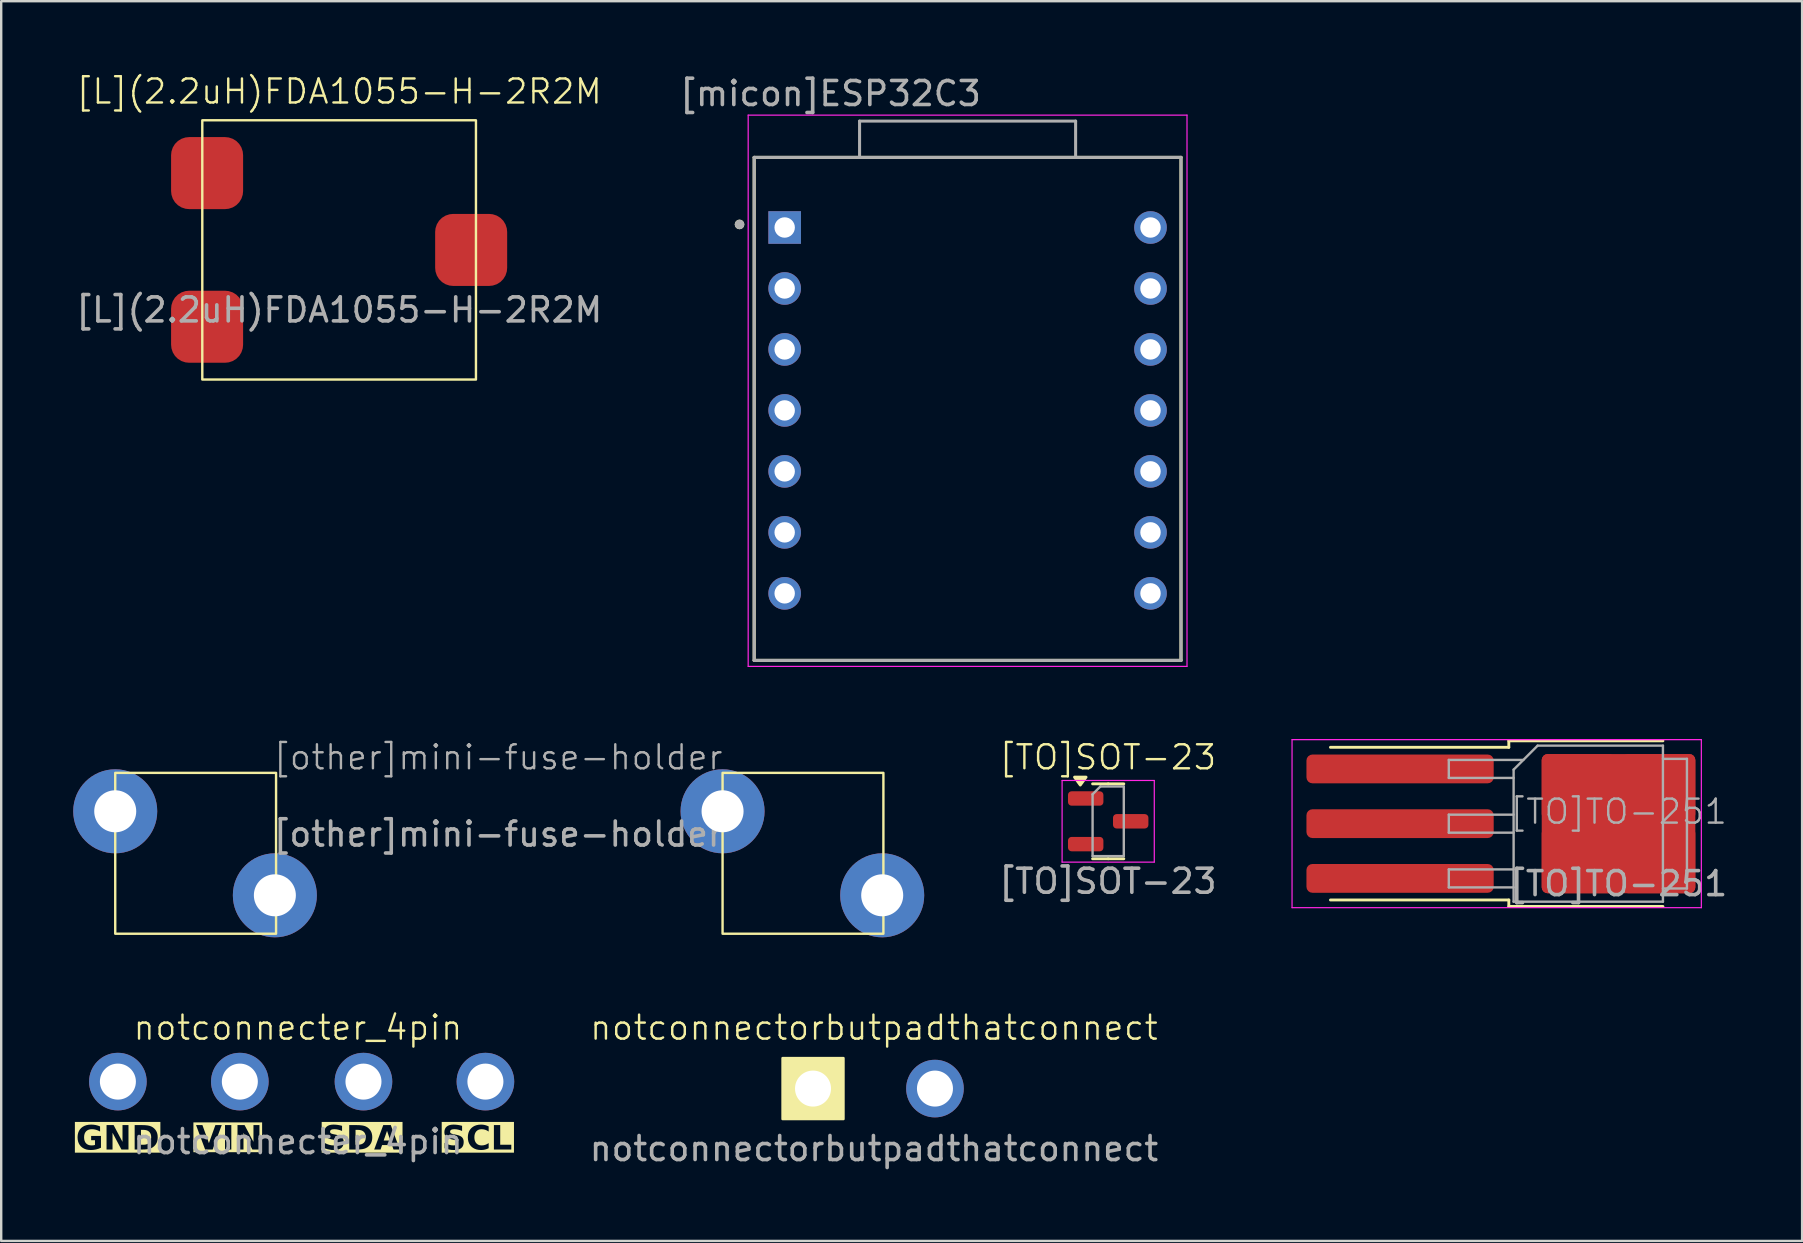
<source format=kicad_pcb>
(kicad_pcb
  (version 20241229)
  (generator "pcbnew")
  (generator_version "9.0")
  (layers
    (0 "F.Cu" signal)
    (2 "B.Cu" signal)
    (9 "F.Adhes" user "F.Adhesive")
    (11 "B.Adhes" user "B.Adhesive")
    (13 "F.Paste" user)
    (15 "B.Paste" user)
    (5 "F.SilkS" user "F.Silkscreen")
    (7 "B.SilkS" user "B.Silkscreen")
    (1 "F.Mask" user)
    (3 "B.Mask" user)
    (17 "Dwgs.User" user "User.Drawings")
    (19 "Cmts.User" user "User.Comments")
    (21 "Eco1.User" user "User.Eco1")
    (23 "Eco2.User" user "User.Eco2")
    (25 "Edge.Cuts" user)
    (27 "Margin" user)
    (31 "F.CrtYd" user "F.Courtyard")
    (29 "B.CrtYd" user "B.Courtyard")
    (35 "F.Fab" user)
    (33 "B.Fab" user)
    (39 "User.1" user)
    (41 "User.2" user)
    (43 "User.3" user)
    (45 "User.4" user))
  (footprint "[micon]ESP32C3"
    (layer "F.Cu")
    (at 37.257 13.983)
    (property "Reference" "[micon]ESP32C3" (at -5.715 -13.135 0) (layer "F.Fab") (effects (font (size 1 1) (thickness 0.15))))
    (attr through_hole)
    (fp_line (start -8.89 -10.477) (end 8.89 -10.477) (stroke (width 0.127) (type solid)) (layer "F.SilkS"))
    (fp_line (start -8.89 10.477) (end -8.89 -10.477) (stroke (width 0.127) (type solid)) (layer "F.SilkS"))
    (fp_line (start 8.89 -10.477) (end 8.89 10.477) (stroke (width 0.127) (type solid)) (layer "F.SilkS"))
    (fp_line (start 8.89 10.477) (end -8.89 10.477) (stroke (width 0.127) (type solid)) (layer "F.SilkS"))
    (fp_circle (center -9.5 -7.684) (end -9.4 -7.684) (stroke (width 0.2) (type solid)) (fill no) (layer "F.SilkS"))
    (fp_line (start -9.14 -12.238) (end -9.14 10.727) (stroke (width 0.05) (type solid)) (layer "F.CrtYd"))
    (fp_line (start -9.14 10.727) (end 9.14 10.727) (stroke (width 0.05) (type solid)) (layer "F.CrtYd"))
    (fp_line (start 9.14 -12.238) (end -9.14 -12.238) (stroke (width 0.05) (type solid)) (layer "F.CrtYd"))
    (fp_line (start 9.14 10.727) (end 9.14 -12.238) (stroke (width 0.05) (type solid)) (layer "F.CrtYd"))
    (fp_line (start -8.89 -10.477) (end -4.5 -10.477) (stroke (width 0.127) (type solid)) (layer "F.Fab"))
    (fp_line (start -8.89 10.477) (end -8.89 -10.477) (stroke (width 0.127) (type solid)) (layer "F.Fab"))
    (fp_line (start -4.5 -11.988) (end 4.5 -11.988) (stroke (width 0.127) (type solid)) (layer "F.Fab"))
    (fp_line (start -4.5 -10.477) (end -4.5 -11.988) (stroke (width 0.127) (type solid)) (layer "F.Fab"))
    (fp_line (start -4.5 -10.477) (end 4.5 -10.477) (stroke (width 0.127) (type solid)) (layer "F.Fab"))
    (fp_line (start 4.5 -11.988) (end 4.5 -10.477) (stroke (width 0.127) (type solid)) (layer "F.Fab"))
    (fp_line (start 4.5 -10.477) (end 8.89 -10.477) (stroke (width 0.127) (type solid)) (layer "F.Fab"))
    (fp_line (start 8.89 -10.477) (end 8.89 10.477) (stroke (width 0.127) (type solid)) (layer "F.Fab"))
    (fp_line (start 8.89 10.477) (end -8.89 10.477) (stroke (width 0.127) (type solid)) (layer "F.Fab"))
    (fp_circle (center -9.5 -7.684) (end -9.4 -7.684) (stroke (width 0.2) (type solid)) (fill no) (layer "F.Fab"))
    (pad "1" thru_hole rect (at -7.62 -7.556) (size 1.358 1.358) (drill 0.85) (layers "*.Cu" "*.Mask"))
    (pad "2" thru_hole circle (at -7.62 -5.016) (size 1.358 1.358) (drill 0.85) (layers "*.Cu" "*.Mask"))
    (pad "3" thru_hole circle (at -7.62 -2.477) (size 1.358 1.358) (drill 0.85) (layers "*.Cu" "*.Mask"))
    (pad "4" thru_hole circle (at -7.62 0.064) (size 1.358 1.358) (drill 0.85) (layers "*.Cu" "*.Mask"))
    (pad "5" thru_hole circle (at -7.62 2.603) (size 1.358 1.358) (drill 0.85) (layers "*.Cu" "*.Mask"))
    (pad "6" thru_hole circle (at -7.62 5.144) (size 1.358 1.358) (drill 0.85) (layers "*.Cu" "*.Mask"))
    (pad "7" thru_hole circle (at -7.62 7.684) (size 1.358 1.358) (drill 0.85) (layers "*.Cu" "*.Mask"))
    (pad "8" thru_hole circle (at 7.62 7.684) (size 1.358 1.358) (drill 0.85) (layers "*.Cu" "*.Mask"))
    (pad "9" thru_hole circle (at 7.62 5.144) (size 1.358 1.358) (drill 0.85) (layers "*.Cu" "*.Mask"))
    (pad "10" thru_hole circle (at 7.62 2.603) (size 1.358 1.358) (drill 0.85) (layers "*.Cu" "*.Mask"))
    (pad "11" thru_hole circle (at 7.62 0.064) (size 1.358 1.358) (drill 0.85) (layers "*.Cu" "*.Mask"))
    (pad "12" thru_hole circle (at 7.62 -2.477) (size 1.358 1.358) (drill 0.85) (layers "*.Cu" "*.Mask"))
    (pad "13" thru_hole circle (at 7.62 -5.016) (size 1.358 1.358) (drill 0.85) (layers "*.Cu" "*.Mask"))
    (pad "14" thru_hole circle (at 7.62 -7.556) (size 1.358 1.358) (drill 0.85) (layers "*.Cu" "*.Mask")))
  (footprint "notconnecter_4pin"
    (layer "F.Cu")
    (at 9.361 42.007)
    (property "Reference" "notconnecter_4pin" (at 0 -2.25 0) (unlocked yes) (layer "F.SilkS") (effects (font (size 1 1) (thickness 0.1))))
    (attr through_hole)
    (fp_text user "SCL" (at 6 3 0) (unlocked yes) (layer "F.SilkS" knockout) (effects (font (face "Arial Black") (size 1 1) (thickness 0.1)) (justify left bottom)))
    (fp_text user "SDA" (at 1 3 0) (unlocked yes) (layer "F.SilkS" knockout) (effects (font (face "Arial Black") (size 1 1) (thickness 0.1)) (justify left bottom)))
    (fp_text user "VIN" (at -4.25 3 0) (unlocked yes) (layer "F.SilkS" knockout) (effects (font (face "Arial Black") (size 1 1) (thickness 0.1)) (justify left bottom)))
    (fp_text user "GND" (at -9.25 3 0) (unlocked yes) (layer "F.SilkS" knockout) (effects (font (face "Arial Black") (size 1 1) (thickness 0.1)) (justify left bottom)))
    (fp_text user "${REFERENCE}" (at 0 2.5 0) (unlocked yes) (layer "F.Fab") (effects (font (size 1 1) (thickness 0.15))))
    (pad "1" thru_hole circle (at -7.5 0) (size 2.4 2.4) (drill 1.5) (layers "*.Cu" "*.Mask"))
    (pad "2" thru_hole circle (at -2.42 0) (size 2.4 2.4) (drill 1.5) (layers "*.Cu" "*.Mask"))
    (pad "3" thru_hole circle (at 2.73 0) (size 2.4 2.4) (drill 1.5) (layers "*.Cu" "*.Mask"))
    (pad "4" thru_hole circle (at 7.81 0) (size 2.4 2.4) (drill 1.5) (layers "*.Cu" "*.Mask")))
  (footprint "[L](2.2uH)FDA1055-H-2R2M"
    (layer "F.Cu")
    (at 11.077 7.361)
    (property "Reference" "[L](2.2uH)FDA1055-H-2R2M" (at 0 -6.6 0) (unlocked yes) (layer "F.SilkS") (effects (font (size 1 1) (thickness 0.1))))
    (attr smd)
    (fp_rect (start -5.7 5.4) (end 5.7 -5.4) (stroke (width 0.1) (type default)) (fill no) (layer "F.SilkS"))
    (fp_text user "${REFERENCE}" (at 0 2.5 0) (unlocked yes) (layer "F.Fab") (effects (font (size 1 1) (thickness 0.15))))
    (pad "" smd roundrect (at 5.5 0 90) (size 3 3) (layers "F.Cu" "F.Mask" "F.Paste") (roundrect_rratio 0.25))
    (pad "1" smd roundrect (at -5.5 -3.2 90) (size 3 3) (layers "F.Cu" "F.Mask" "F.Paste") (roundrect_rratio 0.25))
    (pad "2" smd roundrect (at -5.5 3.2 90) (size 3 3) (layers "F.Cu" "F.Mask" "F.Paste") (roundrect_rratio 0.25)))
  (footprint "[TO]SOT-23"
    (layer "F.Cu")
    (at 43.099 31.163)
    (property "Reference" "[TO]SOT-23" (at 0 -2.667 0) (unlocked yes) (layer "F.SilkS") (effects (font (size 1 1) (thickness 0.1))))
    (attr smd)
    (fp_line (start 0.015 -1.56) (end -0.635 -1.56) (stroke (width 0.12) (type solid)) (layer "F.SilkS"))
    (fp_line (start 0.015 -1.56) (end 0.665 -1.56) (stroke (width 0.12) (type solid)) (layer "F.SilkS"))
    (fp_line (start 0.015 1.56) (end -0.635 1.56) (stroke (width 0.12) (type solid)) (layer "F.SilkS"))
    (fp_line (start 0.015 1.56) (end 0.665 1.56) (stroke (width 0.12) (type solid)) (layer "F.SilkS"))
    (fp_poly (pts (xy -1.147 -1.51) (xy -1.387 -1.84) (xy -0.907 -1.84) (xy -1.147 -1.51)) (stroke (width 0.12) (type solid)) (fill yes) (layer "F.SilkS"))
    (fp_line (start -1.905 -1.7) (end -1.905 1.7) (stroke (width 0.05) (type solid)) (layer "F.CrtYd"))
    (fp_line (start -1.905 1.7) (end 1.935 1.7) (stroke (width 0.05) (type solid)) (layer "F.CrtYd"))
    (fp_line (start 1.935 -1.7) (end -1.905 -1.7) (stroke (width 0.05) (type solid)) (layer "F.CrtYd"))
    (fp_line (start 1.935 1.7) (end 1.935 -1.7) (stroke (width 0.05) (type solid)) (layer "F.CrtYd"))
    (fp_line (start -0.635 -1.125) (end -0.31 -1.45) (stroke (width 0.1) (type solid)) (layer "F.Fab"))
    (fp_line (start -0.635 1.45) (end -0.635 -1.125) (stroke (width 0.1) (type solid)) (layer "F.Fab"))
    (fp_line (start -0.31 -1.45) (end 0.665 -1.45) (stroke (width 0.1) (type solid)) (layer "F.Fab"))
    (fp_line (start 0.665 -1.45) (end 0.665 1.45) (stroke (width 0.1) (type solid)) (layer "F.Fab"))
    (fp_line (start 0.665 1.45) (end -0.635 1.45) (stroke (width 0.1) (type solid)) (layer "F.Fab"))
    (fp_text user "${REFERENCE}" (at 0 2.5 0) (unlocked yes) (layer "F.Fab") (effects (font (size 1 1) (thickness 0.15))))
    (pad "1" smd roundrect (at 0.953 0) (size 1.475 0.6) (layers "F.Cu" "F.Mask" "F.Paste") (roundrect_rratio 0.25))
    (pad "2" smd roundrect (at -0.922 -0.95) (size 1.475 0.6) (layers "F.Cu" "F.Mask" "F.Paste") (roundrect_rratio 0.25))
    (pad "3" smd roundrect (at -0.922 0.95) (size 1.475 0.6) (layers "F.Cu" "F.Mask" "F.Paste") (roundrect_rratio 0.25)))
  (footprint "[other]mini-fuse-holder"
    (layer "F.Cu")
    (at 17.7 29.196)
    (property "Reference" "[other]mini-fuse-holder" (at 0 -0.7 0) (unlocked yes) (layer "F.Fab") (effects (font (size 1 1) (thickness 0.1))))
    (attr through_hole)
    (fp_rect (start -15.95 -0.05) (end -9.25 6.65) (stroke (width 0.1) (type default)) (fill no) (layer "F.SilkS"))
    (fp_rect (start 9.35 -0.05) (end 16.05 6.65) (stroke (width 0.1) (type default)) (fill no) (layer "F.SilkS"))
    (fp_text user "${REFERENCE}" (at 0 2.5 0) (unlocked yes) (layer "F.Fab") (effects (font (size 1 1) (thickness 0.15))))
    (pad "1" thru_hole circle (at 9.35 1.55) (size 3.5 3.5) (drill 1.75) (layers "*.Cu" "*.Mask"))
    (pad "1" thru_hole circle (at 16 5.05) (size 3.5 3.5) (drill 1.75) (layers "*.Cu" "*.Mask"))
    (pad "2" thru_hole circle (at -15.95 1.55) (size 3.5 3.5) (drill 1.75) (layers "*.Cu" "*.Mask"))
    (pad "2" thru_hole circle (at -9.3 5.05) (size 3.5 3.5) (drill 1.75) (layers "*.Cu" "*.Mask")))
  (footprint "notconnectorbutpadthatconnect"
    (layer "F.Cu")
    (at 33.358 42.297)
    (property "Reference" "notconnectorbutpadthatconnect" (at 0 -2.54 0) (unlocked yes) (layer "F.SilkS") (effects (font (size 1 1) (thickness 0.1))))
    (attr through_hole)
    (fp_rect (start -3.81 -1.27) (end -1.27 1.27) (stroke (width 0.1) (type solid)) (fill yes) (layer "F.SilkS"))
    (fp_text user "${REFERENCE}" (at 0 2.5 0) (unlocked yes) (layer "F.Fab") (effects (font (size 1 1) (thickness 0.15))))
    (pad "1" thru_hole circle (at -2.54 0) (size 2.4 2.4) (drill 1.5) (layers "*.Cu" "*.Mask"))
    (pad "2" thru_hole circle (at 2.54 0) (size 2.4 2.4) (drill 1.5) (layers "*.Cu" "*.Mask")))
  (footprint "[TO]TO-251"
    (layer "F.Cu")
    (at 64.373 31.261)
    (property "Reference" "[TO]TO-251" (at 0 -0.5 0) (unlocked yes) (layer "F.Fab") (effects (font (size 1 1) (thickness 0.1))))
    (attr smd)
    (fp_line (start -4.57 -3.45) (end -4.57 -3.18) (stroke (width 0.12) (type solid)) (layer "F.SilkS"))
    (fp_line (start -4.57 -3.18) (end -12 -3.18) (stroke (width 0.12) (type solid)) (layer "F.SilkS"))
    (fp_line (start -4.57 3.18) (end -12 3.18) (stroke (width 0.12) (type solid)) (layer "F.SilkS"))
    (fp_line (start -4.57 3.45) (end -4.57 3.18) (stroke (width 0.12) (type solid)) (layer "F.SilkS"))
    (fp_line (start 1.85 -3.45) (end -4.57 -3.45) (stroke (width 0.12) (type solid)) (layer "F.SilkS"))
    (fp_line (start 1.85 3.45) (end -4.57 3.45) (stroke (width 0.12) (type solid)) (layer "F.SilkS"))
    (fp_line (start -13.6 -3.5) (end -13.6 3.5) (stroke (width 0.05) (type solid)) (layer "F.CrtYd"))
    (fp_line (start -13.6 3.5) (end 3.45 3.5) (stroke (width 0.05) (type solid)) (layer "F.CrtYd"))
    (fp_line (start 3.45 -3.5) (end -13.6 -3.5) (stroke (width 0.05) (type solid)) (layer "F.CrtYd"))
    (fp_line (start 3.45 3.5) (end 3.45 -3.5) (stroke (width 0.05) (type solid)) (layer "F.CrtYd"))
    (fp_line (start -7.07 -2.655) (end -7.07 -1.905) (stroke (width 0.1) (type solid)) (layer "F.Fab"))
    (fp_line (start -7.07 -1.905) (end -4.37 -1.905) (stroke (width 0.1) (type solid)) (layer "F.Fab"))
    (fp_line (start -7.07 -0.375) (end -7.07 0.375) (stroke (width 0.1) (type solid)) (layer "F.Fab"))
    (fp_line (start -7.07 0.375) (end -4.37 0.375) (stroke (width 0.1) (type solid)) (layer "F.Fab"))
    (fp_line (start -7.07 1.905) (end -7.07 2.655) (stroke (width 0.1) (type solid)) (layer "F.Fab"))
    (fp_line (start -7.07 2.655) (end -4.37 2.655) (stroke (width 0.1) (type solid)) (layer "F.Fab"))
    (fp_line (start -4.37 -2.25) (end -3.37 -3.25) (stroke (width 0.1) (type solid)) (layer "F.Fab"))
    (fp_line (start -4.37 -0.375) (end -7.07 -0.375) (stroke (width 0.1) (type solid)) (layer "F.Fab"))
    (fp_line (start -4.37 1.905) (end -7.07 1.905) (stroke (width 0.1) (type solid)) (layer "F.Fab"))
    (fp_line (start -4.37 3.25) (end -4.37 -2.25) (stroke (width 0.1) (type solid)) (layer "F.Fab"))
    (fp_line (start -3.965 -2.655) (end -7.07 -2.655) (stroke (width 0.1) (type solid)) (layer "F.Fab"))
    (fp_line (start -3.37 -3.25) (end 1.85 -3.25) (stroke (width 0.1) (type solid)) (layer "F.Fab"))
    (fp_line (start 1.85 -3.25) (end 1.85 3.25) (stroke (width 0.1) (type solid)) (layer "F.Fab"))
    (fp_line (start 1.85 -2.7) (end 2.85 -2.7) (stroke (width 0.1) (type solid)) (layer "F.Fab"))
    (fp_line (start 1.85 3.25) (end -4.37 3.25) (stroke (width 0.1) (type solid)) (layer "F.Fab"))
    (fp_line (start 2.85 -2.7) (end 2.85 2.7) (stroke (width 0.1) (type solid)) (layer "F.Fab"))
    (fp_line (start 2.85 2.7) (end 1.85 2.7) (stroke (width 0.1) (type solid)) (layer "F.Fab"))
    (fp_text user "${REFERENCE}" (at 0 2.5 0) (unlocked yes) (layer "F.Fab") (effects (font (size 1 1) (thickness 0.15))))
    (pad "1" smd roundrect (at -9.1 0) (size 7.8 1.2) (layers "F.Cu" "F.Mask" "F.Paste") (roundrect_rratio 0.208))
    (pad "2" smd roundrect (at -9.1 -2.28) (size 7.8 1.2) (layers "F.Cu" "F.Mask" "F.Paste") (roundrect_rratio 0.208))
    (pad "3" smd roundrect (at -9.1 2.28) (size 7.8 1.2) (layers "F.Cu" "F.Mask" "F.Paste") (roundrect_rratio 0.208))
    (pad "4" smd roundrect (at -1.675 -1.525) (size 3.05 2.75) (layers "F.Cu" "F.Paste") (roundrect_rratio 0.091))
    (pad "4" smd roundrect (at -1.675 1.525) (size 3.05 2.75) (layers "F.Cu" "F.Paste") (roundrect_rratio 0.091))
    (pad "4" smd roundrect (at 0 0) (size 6.4 5.8) (layers "F.Cu" "F.Mask") (roundrect_rratio 0.043))
    (pad "4" smd roundrect (at 1.675 -1.525) (size 3.05 2.75) (layers "F.Cu" "F.Paste") (roundrect_rratio 0.091))
    (pad "4" smd roundrect (at 1.675 1.525) (size 3.05 2.75) (layers "F.Cu" "F.Paste") (roundrect_rratio 0.091)))
  (gr_rect
    (start -3 -3)
    (end 72.021 48.645)
    (stroke (width 0.1) (type default))
    (fill no)
    (layer "Edge.Cuts")))
</source>
